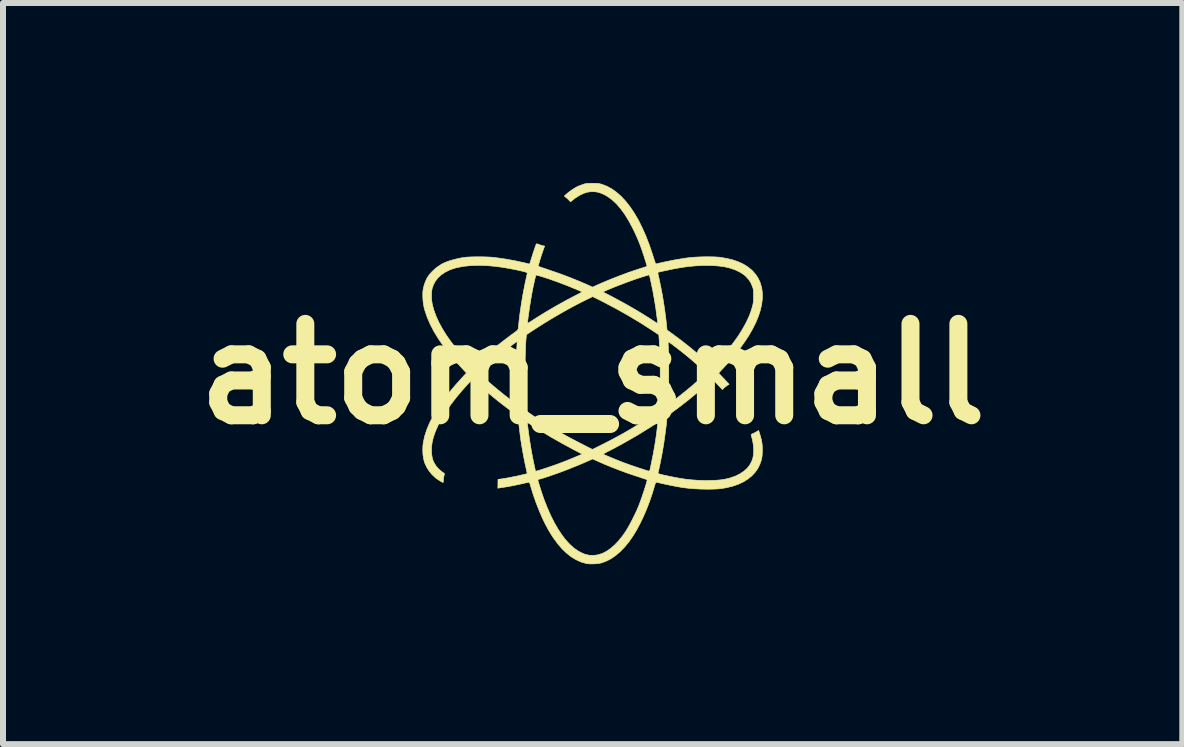
<source format=kicad_pcb>
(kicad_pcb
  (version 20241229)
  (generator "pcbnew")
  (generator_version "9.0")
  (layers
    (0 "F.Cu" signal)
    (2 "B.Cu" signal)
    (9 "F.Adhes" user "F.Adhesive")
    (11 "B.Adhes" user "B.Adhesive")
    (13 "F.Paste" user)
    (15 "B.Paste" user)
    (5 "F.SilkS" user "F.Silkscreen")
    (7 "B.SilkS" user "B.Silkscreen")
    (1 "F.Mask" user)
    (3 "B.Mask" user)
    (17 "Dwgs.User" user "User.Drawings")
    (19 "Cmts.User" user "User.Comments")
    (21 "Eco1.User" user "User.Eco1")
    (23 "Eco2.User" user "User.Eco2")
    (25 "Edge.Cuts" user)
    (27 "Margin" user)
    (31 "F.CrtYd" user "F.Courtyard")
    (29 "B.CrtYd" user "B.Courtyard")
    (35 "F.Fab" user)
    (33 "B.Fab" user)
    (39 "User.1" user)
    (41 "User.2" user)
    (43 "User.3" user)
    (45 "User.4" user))
  (footprint "atom_small"
    (layer "F.Cu")
    (at 6.829 3.183)
    (property "Reference" "atom_small" (at 0 0 0) (layer "F.SilkS") (effects (font (size 1.524 1.524) (thickness 0.3))))
    (attr through_hole)
    (fp_poly (pts (xy 0.038 0.317) (xy 0.06 0.331) (xy 0.076 0.351) (xy 0.079 0.361) (xy 0.079 0.386) (xy 0.069 0.41) (xy 0.053 0.43) (xy 0.045 0.435) (xy 0.019 0.443) (xy -0.005 0.441) (xy -0.023 0.432) (xy -0.043 0.414) (xy -0.052 0.392) (xy -0.053 0.368) (xy -0.045 0.345) (xy -0.03 0.327) (xy -0.008 0.314) (xy 0.013 0.311) (xy 0.038 0.317)) (stroke (width 0.01) (type solid)) (fill yes) (layer "F.Mask"))
    (fp_poly (pts (xy 0.028 -0.442) (xy 0.042 -0.436) (xy 0.062 -0.42) (xy 0.076 -0.397) (xy 0.081 -0.372) (xy 0.079 -0.362) (xy 0.068 -0.339) (xy 0.048 -0.321) (xy 0.023 -0.31) (xy -0.003 -0.309) (xy -0.004 -0.309) (xy -0.017 -0.315) (xy -0.032 -0.327) (xy -0.035 -0.331) (xy -0.05 -0.354) (xy -0.054 -0.38) (xy -0.048 -0.404) (xy -0.032 -0.425) (xy -0.008 -0.438) (xy -0.006 -0.439) (xy 0.013 -0.443) (xy 0.028 -0.442)) (stroke (width 0.01) (type solid)) (fill yes) (layer "F.Mask"))
    (fp_poly (pts (xy 2.536 0.271) (xy 2.593 0.284) (xy 2.647 0.309) (xy 2.697 0.346) (xy 2.716 0.364) (xy 2.755 0.411) (xy 2.782 0.462) (xy 2.797 0.517) (xy 2.802 0.578) (xy 2.802 0.578) (xy 2.796 0.637) (xy 2.778 0.694) (xy 2.75 0.746) (xy 2.713 0.792) (xy 2.668 0.83) (xy 2.617 0.859) (xy 2.606 0.864) (xy 2.57 0.873) (xy 2.528 0.879) (xy 2.483 0.881) (xy 2.442 0.878) (xy 2.414 0.873) (xy 2.356 0.85) (xy 2.304 0.817) (xy 2.261 0.775) (xy 2.225 0.724) (xy 2.205 0.678) (xy 2.19 0.621) (xy 2.187 0.563) (xy 2.195 0.506) (xy 2.214 0.451) (xy 2.242 0.401) (xy 2.28 0.356) (xy 2.327 0.319) (xy 2.358 0.302) (xy 2.417 0.279) (xy 2.476 0.269) (xy 2.536 0.271)) (stroke (width 0.01) (type solid)) (fill yes) (layer "F.Mask"))
    (fp_poly (pts (xy -0.693 -2.888) (xy -0.636 -2.877) (xy -0.583 -2.856) (xy -0.534 -2.825) (xy -0.492 -2.786) (xy -0.458 -2.739) (xy -0.432 -2.686) (xy -0.422 -2.649) (xy -0.414 -2.589) (xy -0.419 -2.531) (xy -0.434 -2.474) (xy -0.459 -2.422) (xy -0.494 -2.376) (xy -0.536 -2.336) (xy -0.586 -2.306) (xy -0.617 -2.293) (xy -0.66 -2.282) (xy -0.707 -2.276) (xy -0.754 -2.277) (xy -0.795 -2.283) (xy -0.795 -2.283) (xy -0.846 -2.3) (xy -0.892 -2.327) (xy -0.935 -2.363) (xy -0.94 -2.368) (xy -0.978 -2.412) (xy -1.004 -2.457) (xy -1.02 -2.506) (xy -1.028 -2.562) (xy -1.029 -2.586) (xy -1.024 -2.644) (xy -1.009 -2.696) (xy -0.982 -2.745) (xy -0.944 -2.792) (xy -0.903 -2.83) (xy -0.858 -2.857) (xy -0.811 -2.876) (xy -0.751 -2.888) (xy -0.693 -2.888)) (stroke (width 0.01) (type solid)) (fill yes) (layer "F.Mask"))
    (fp_poly (pts (xy -1.955 1.486) (xy -1.952 1.486) (xy -1.893 1.507) (xy -1.839 1.538) (xy -1.792 1.579) (xy -1.752 1.627) (xy -1.722 1.682) (xy -1.705 1.735) (xy -1.696 1.799) (xy -1.699 1.862) (xy -1.715 1.921) (xy -1.743 1.978) (xy -1.782 2.03) (xy -1.795 2.043) (xy -1.839 2.082) (xy -1.885 2.11) (xy -1.937 2.13) (xy -1.966 2.137) (xy -2.007 2.144) (xy -2.042 2.145) (xy -2.078 2.141) (xy -2.099 2.137) (xy -2.161 2.117) (xy -2.218 2.086) (xy -2.266 2.046) (xy -2.306 1.996) (xy -2.337 1.939) (xy -2.352 1.899) (xy -2.361 1.85) (xy -2.362 1.795) (xy -2.355 1.74) (xy -2.34 1.688) (xy -2.326 1.655) (xy -2.309 1.629) (xy -2.285 1.6) (xy -2.257 1.571) (xy -2.228 1.545) (xy -2.201 1.524) (xy -2.188 1.516) (xy -2.132 1.494) (xy -2.072 1.481) (xy -2.012 1.478) (xy -1.955 1.486)) (stroke (width 0.01) (type solid)) (fill yes) (layer "F.Mask"))
    (fp_poly (pts (xy 0.017 -0.884) (xy 0.041 -0.881) (xy 0.065 -0.873) (xy 0.071 -0.871) (xy 0.083 -0.863) (xy 0.102 -0.847) (xy 0.129 -0.822) (xy 0.164 -0.789) (xy 0.208 -0.746) (xy 0.26 -0.695) (xy 0.321 -0.635) (xy 0.362 -0.594) (xy 0.625 -0.33) (xy 0.349 -0.054) (xy 0.293 0.003) (xy 0.244 0.051) (xy 0.203 0.092) (xy 0.168 0.126) (xy 0.14 0.153) (xy 0.118 0.175) (xy 0.1 0.191) (xy 0.086 0.203) (xy 0.076 0.211) (xy 0.068 0.215) (xy 0.063 0.217) (xy 0.059 0.218) (xy 0.057 0.217) (xy 0.023 0.213) (xy -0.015 0.216) (xy -0.051 0.226) (xy -0.061 0.231) (xy -0.097 0.255) (xy -0.125 0.288) (xy -0.143 0.326) (xy -0.151 0.367) (xy -0.148 0.409) (xy -0.134 0.45) (xy -0.116 0.476) (xy -0.09 0.502) (xy -0.061 0.522) (xy -0.035 0.533) (xy 0.009 0.54) (xy 0.052 0.535) (xy 0.09 0.521) (xy 0.123 0.497) (xy 0.15 0.466) (xy 0.167 0.428) (xy 0.174 0.385) (xy 0.174 0.381) (xy 0.174 0.357) (xy 0.172 0.337) (xy 0.17 0.327) (xy 0.17 0.323) (xy 0.173 0.317) (xy 0.18 0.308) (xy 0.19 0.295) (xy 0.205 0.278) (xy 0.226 0.257) (xy 0.252 0.229) (xy 0.285 0.196) (xy 0.325 0.155) (xy 0.372 0.107) (xy 0.428 0.051) (xy 0.441 0.038) (xy 0.717 -0.238) (xy 0.791 -0.165) (xy 0.826 -0.129) (xy 0.853 -0.1) (xy 0.872 -0.076) (xy 0.885 -0.055) (xy 0.893 -0.036) (xy 0.897 -0.016) (xy 0.897 -0.001) (xy 0.895 0.028) (xy 0.888 0.053) (xy 0.886 0.057) (xy 0.88 0.065) (xy 0.865 0.082) (xy 0.843 0.105) (xy 0.815 0.135) (xy 0.78 0.171) (xy 0.741 0.212) (xy 0.697 0.256) (xy 0.65 0.304) (xy 0.6 0.355) (xy 0.548 0.407) (xy 0.495 0.46) (xy 0.442 0.513) (xy 0.39 0.565) (xy 0.339 0.616) (xy 0.29 0.664) (xy 0.245 0.709) (xy 0.203 0.75) (xy 0.165 0.787) (xy 0.133 0.818) (xy 0.108 0.842) (xy 0.089 0.859) (xy 0.078 0.868) (xy 0.076 0.87) (xy 0.044 0.881) (xy 0.01 0.886) (xy -0.017 0.883) (xy -0.036 0.876) (xy -0.056 0.866) (xy -0.058 0.865) (xy -0.066 0.858) (xy -0.083 0.843) (xy -0.106 0.821) (xy -0.136 0.792) (xy -0.172 0.757) (xy -0.212 0.718) (xy -0.255 0.675) (xy -0.302 0.629) (xy -0.34 0.591) (xy -0.6 0.33) (xy -0.048 -0.222) (xy -0.018 -0.215) (xy 0.023 -0.211) (xy 0.063 -0.22) (xy 0.101 -0.238) (xy 0.134 -0.267) (xy 0.155 -0.295) (xy 0.166 -0.313) (xy 0.171 -0.329) (xy 0.174 -0.348) (xy 0.174 -0.374) (xy 0.171 -0.415) (xy 0.161 -0.448) (xy 0.142 -0.477) (xy 0.126 -0.493) (xy 0.09 -0.52) (xy 0.051 -0.535) (xy 0.01 -0.539) (xy -0.031 -0.533) (xy -0.069 -0.517) (xy -0.103 -0.492) (xy -0.13 -0.457) (xy -0.135 -0.448) (xy -0.144 -0.423) (xy -0.148 -0.391) (xy -0.149 -0.359) (xy -0.145 -0.33) (xy -0.145 -0.33) (xy -0.144 -0.326) (xy -0.146 -0.321) (xy -0.149 -0.314) (xy -0.156 -0.305) (xy -0.166 -0.293) (xy -0.181 -0.276) (xy -0.201 -0.256) (xy -0.226 -0.23) (xy -0.257 -0.198) (xy -0.295 -0.159) (xy -0.341 -0.113) (xy -0.395 -0.059) (xy -0.416 -0.038) (xy -0.692 0.238) (xy -0.768 0.162) (xy -0.797 0.133) (xy -0.822 0.105) (xy -0.842 0.082) (xy -0.855 0.064) (xy -0.858 0.058) (xy -0.87 0.021) (xy -0.87 -0.018) (xy -0.859 -0.056) (xy -0.858 -0.058) (xy -0.852 -0.067) (xy -0.839 -0.083) (xy -0.819 -0.105) (xy -0.792 -0.134) (xy -0.757 -0.17) (xy -0.714 -0.214) (xy -0.664 -0.265) (xy -0.605 -0.325) (xy -0.537 -0.393) (xy -0.461 -0.469) (xy -0.453 -0.477) (xy -0.383 -0.547) (xy -0.321 -0.608) (xy -0.268 -0.661) (xy -0.221 -0.707) (xy -0.181 -0.747) (xy -0.147 -0.78) (xy -0.118 -0.807) (xy -0.094 -0.829) (xy -0.074 -0.847) (xy -0.057 -0.86) (xy -0.043 -0.87) (xy -0.031 -0.877) (xy -0.021 -0.881) (xy -0.011 -0.883) (xy -0.002 -0.884) (xy 0.007 -0.884) (xy 0.017 -0.884)) (stroke (width 0.01) (type solid)) (fill yes) (layer "F.Mask"))
    (fp_poly (pts (xy 0.037 -3.177) (xy 0.067 -3.177) (xy 0.09 -3.175) (xy 0.11 -3.172) (xy 0.13 -3.167) (xy 0.153 -3.161) (xy 0.155 -3.16) (xy 0.239 -3.128) (xy 0.321 -3.083) (xy 0.4 -3.026) (xy 0.477 -2.958) (xy 0.552 -2.877) (xy 0.624 -2.785) (xy 0.694 -2.681) (xy 0.761 -2.566) (xy 0.824 -2.44) (xy 0.885 -2.303) (xy 0.942 -2.156) (xy 0.996 -1.998) (xy 1.015 -1.937) (xy 1.026 -1.903) (xy 1.036 -1.873) (xy 1.044 -1.851) (xy 1.05 -1.837) (xy 1.052 -1.833) (xy 1.06 -1.835) (xy 1.078 -1.839) (xy 1.104 -1.845) (xy 1.136 -1.852) (xy 1.169 -1.86) (xy 1.354 -1.898) (xy 1.533 -1.928) (xy 1.608 -1.938) (xy 1.658 -1.943) (xy 1.716 -1.947) (xy 1.779 -1.95) (xy 1.844 -1.952) (xy 1.909 -1.953) (xy 1.971 -1.952) (xy 2.028 -1.951) (xy 2.078 -1.948) (xy 2.118 -1.945) (xy 2.121 -1.944) (xy 2.233 -1.926) (xy 2.335 -1.901) (xy 2.427 -1.869) (xy 2.509 -1.832) (xy 2.582 -1.787) (xy 2.646 -1.736) (xy 2.665 -1.718) (xy 2.72 -1.655) (xy 2.764 -1.586) (xy 2.796 -1.512) (xy 2.818 -1.432) (xy 2.829 -1.348) (xy 2.829 -1.259) (xy 2.818 -1.166) (xy 2.797 -1.069) (xy 2.765 -0.968) (xy 2.722 -0.863) (xy 2.669 -0.755) (xy 2.605 -0.644) (xy 2.531 -0.531) (xy 2.447 -0.414) (xy 2.353 -0.296) (xy 2.249 -0.175) (xy 2.176 -0.096) (xy 2.151 -0.07) (xy 2.13 -0.047) (xy 2.114 -0.029) (xy 2.104 -0.017) (xy 2.102 -0.013) (xy 2.106 -0.007) (xy 2.117 0.005) (xy 2.125 0.013) (xy 2.137 0.026) (xy 2.156 0.045) (xy 2.179 0.07) (xy 2.204 0.096) (xy 2.211 0.104) (xy 2.274 0.172) (xy 2.237 0.196) (xy 2.215 0.212) (xy 2.194 0.229) (xy 2.181 0.241) (xy 2.163 0.261) (xy 2.079 0.173) (xy 1.996 0.086) (xy 1.923 0.153) (xy 1.763 0.295) (xy 1.592 0.437) (xy 1.408 0.579) (xy 1.397 0.587) (xy 1.352 0.619) (xy 1.317 0.646) (xy 1.29 0.666) (xy 1.27 0.681) (xy 1.256 0.693) (xy 1.246 0.702) (xy 1.241 0.708) (xy 1.239 0.713) (xy 1.238 0.718) (xy 1.238 0.723) (xy 1.238 0.726) (xy 1.237 0.749) (xy 1.234 0.783) (xy 1.23 0.826) (xy 1.224 0.876) (xy 1.217 0.933) (xy 1.209 0.993) (xy 1.2 1.055) (xy 1.191 1.119) (xy 1.182 1.181) (xy 1.172 1.24) (xy 1.163 1.295) (xy 1.158 1.321) (xy 1.151 1.36) (xy 1.142 1.404) (xy 1.133 1.451) (xy 1.124 1.497) (xy 1.114 1.541) (xy 1.106 1.581) (xy 1.098 1.614) (xy 1.092 1.639) (xy 1.089 1.652) (xy 1.089 1.657) (xy 1.095 1.661) (xy 1.108 1.666) (xy 1.129 1.672) (xy 1.161 1.68) (xy 1.167 1.682) (xy 1.301 1.711) (xy 1.426 1.735) (xy 1.544 1.754) (xy 1.657 1.766) (xy 1.768 1.774) (xy 1.878 1.777) (xy 1.951 1.776) (xy 2.025 1.774) (xy 2.089 1.77) (xy 2.145 1.764) (xy 2.198 1.756) (xy 2.249 1.745) (xy 2.299 1.731) (xy 2.382 1.702) (xy 2.456 1.665) (xy 2.52 1.622) (xy 2.575 1.573) (xy 2.619 1.517) (xy 2.652 1.456) (xy 2.67 1.403) (xy 2.681 1.344) (xy 2.685 1.276) (xy 2.681 1.203) (xy 2.669 1.126) (xy 2.657 1.076) (xy 2.651 1.05) (xy 2.645 1.028) (xy 2.642 1.015) (xy 2.642 1.011) (xy 2.647 1.006) (xy 2.661 0.999) (xy 2.67 0.995) (xy 2.691 0.985) (xy 2.716 0.972) (xy 2.732 0.963) (xy 2.767 0.942) (xy 2.787 1.006) (xy 2.803 1.062) (xy 2.815 1.11) (xy 2.822 1.155) (xy 2.827 1.201) (xy 2.828 1.252) (xy 2.828 1.273) (xy 2.827 1.324) (xy 2.824 1.366) (xy 2.819 1.404) (xy 2.81 1.441) (xy 2.796 1.48) (xy 2.788 1.503) (xy 2.754 1.574) (xy 2.709 1.639) (xy 2.653 1.699) (xy 2.587 1.752) (xy 2.513 1.799) (xy 2.429 1.838) (xy 2.338 1.87) (xy 2.248 1.892) (xy 2.204 1.901) (xy 2.166 1.907) (xy 2.129 1.912) (xy 2.092 1.916) (xy 2.051 1.918) (xy 2.006 1.92) (xy 1.952 1.921) (xy 1.895 1.921) (xy 1.793 1.919) (xy 1.696 1.914) (xy 1.6 1.906) (xy 1.502 1.894) (xy 1.401 1.877) (xy 1.293 1.856) (xy 1.191 1.834) (xy 1.153 1.826) (xy 1.12 1.818) (xy 1.092 1.812) (xy 1.072 1.807) (xy 1.063 1.805) (xy 1.057 1.805) (xy 1.051 1.81) (xy 1.046 1.822) (xy 1.039 1.843) (xy 1.035 1.855) (xy 0.994 1.991) (xy 0.949 2.125) (xy 0.899 2.254) (xy 0.846 2.378) (xy 0.79 2.494) (xy 0.732 2.603) (xy 0.672 2.701) (xy 0.612 2.788) (xy 0.612 2.789) (xy 0.538 2.88) (xy 0.462 2.959) (xy 0.384 3.026) (xy 0.304 3.081) (xy 0.221 3.123) (xy 0.146 3.15) (xy 0.112 3.157) (xy 0.069 3.163) (xy 0.023 3.166) (xy -0.024 3.167) (xy -0.067 3.165) (xy -0.103 3.161) (xy -0.111 3.159) (xy -0.196 3.134) (xy -0.277 3.097) (xy -0.356 3.049) (xy -0.433 2.989) (xy -0.508 2.917) (xy -0.581 2.833) (xy -0.652 2.736) (xy -0.671 2.708) (xy -0.729 2.615) (xy -0.786 2.51) (xy -0.841 2.397) (xy -0.893 2.275) (xy -0.943 2.148) (xy -0.989 2.017) (xy -1.029 1.886) (xy -1.037 1.857) (xy -1.045 1.833) (xy -1.051 1.815) (xy -1.055 1.807) (xy -1.062 1.807) (xy -1.08 1.809) (xy -1.105 1.814) (xy -1.136 1.82) (xy -1.154 1.825) (xy -1.245 1.845) (xy -1.336 1.864) (xy -1.424 1.88) (xy -1.48 1.889) (xy -1.509 1.893) (xy -1.536 1.897) (xy -1.555 1.9) (xy -1.563 1.902) (xy -1.58 1.904) (xy -1.579 1.832) (xy -1.578 1.765) (xy -0.914 1.765) (xy -0.912 1.774) (xy -0.907 1.793) (xy -0.899 1.821) (xy -0.889 1.854) (xy -0.877 1.892) (xy -0.865 1.932) (xy -0.852 1.972) (xy -0.839 2.011) (xy -0.827 2.045) (xy -0.817 2.074) (xy -0.813 2.086) (xy -0.758 2.226) (xy -0.701 2.356) (xy -0.641 2.476) (xy -0.579 2.584) (xy -0.515 2.681) (xy -0.45 2.766) (xy -0.382 2.84) (xy -0.313 2.902) (xy -0.243 2.951) (xy -0.172 2.989) (xy -0.133 3.004) (xy -0.065 3.021) (xy 0.003 3.025) (xy 0.072 3.018) (xy 0.098 3.012) (xy 0.166 2.99) (xy 0.233 2.955) (xy 0.301 2.908) (xy 0.368 2.849) (xy 0.434 2.78) (xy 0.499 2.699) (xy 0.554 2.619) (xy 0.58 2.577) (xy 0.61 2.524) (xy 0.641 2.466) (xy 0.673 2.403) (xy 0.705 2.339) (xy 0.734 2.277) (xy 0.759 2.218) (xy 0.773 2.184) (xy 0.788 2.144) (xy 0.804 2.1) (xy 0.821 2.053) (xy 0.837 2.004) (xy 0.853 1.957) (xy 0.868 1.911) (xy 0.881 1.869) (xy 0.892 1.832) (xy 0.901 1.801) (xy 0.906 1.779) (xy 0.908 1.766) (xy 0.908 1.764) (xy 0.901 1.761) (xy 0.884 1.755) (xy 0.858 1.746) (xy 0.824 1.735) (xy 0.783 1.721) (xy 0.738 1.706) (xy 0.708 1.697) (xy 0.582 1.654) (xy 0.454 1.607) (xy 0.327 1.558) (xy 0.205 1.508) (xy 0.099 1.462) (xy -0.001 1.417) (xy -0.094 1.458) (xy -0.165 1.489) (xy -0.241 1.521) (xy -0.321 1.553) (xy -0.402 1.586) (xy -0.483 1.617) (xy -0.563 1.647) (xy -0.64 1.674) (xy -0.711 1.699) (xy -0.777 1.721) (xy -0.834 1.739) (xy -0.882 1.752) (xy -0.886 1.753) (xy -0.903 1.758) (xy -0.913 1.763) (xy -0.914 1.765) (xy -1.578 1.765) (xy -1.578 1.759) (xy -1.559 1.756) (xy -1.543 1.753) (xy -1.519 1.75) (xy -1.495 1.746) (xy -1.444 1.738) (xy -1.384 1.727) (xy -1.32 1.714) (xy -1.256 1.701) (xy -1.195 1.687) (xy -1.185 1.685) (xy -1.091 1.662) (xy -1.094 1.646) (xy -1.097 1.634) (xy -1.101 1.613) (xy -1.108 1.583) (xy -1.115 1.548) (xy -1.124 1.51) (xy -1.124 1.51) (xy -1.145 1.405) (xy -1.166 1.293) (xy -1.186 1.177) (xy -1.2 1.086) (xy -1.203 1.061) (xy -1.208 1.028) (xy -1.212 0.989) (xy -1.218 0.946) (xy -1.223 0.902) (xy -1.228 0.858) (xy -1.233 0.816) (xy -1.234 0.806) (xy -1.09 0.806) (xy -1.082 0.878) (xy -1.064 1.013) (xy -1.044 1.149) (xy -1.022 1.282) (xy -0.998 1.41) (xy -0.975 1.52) (xy -0.967 1.554) (xy -0.961 1.583) (xy -0.956 1.606) (xy -0.953 1.619) (xy -0.953 1.622) (xy -0.947 1.622) (xy -0.93 1.617) (xy -0.903 1.61) (xy -0.868 1.599) (xy -0.825 1.585) (xy -0.775 1.569) (xy -0.743 1.558) (xy -0.593 1.506) (xy -0.44 1.448) (xy -0.295 1.388) (xy -0.179 1.339) (xy 0.177 1.339) (xy 0.178 1.34) (xy 0.189 1.345) (xy 0.21 1.354) (xy 0.239 1.366) (xy 0.274 1.381) (xy 0.313 1.397) (xy 0.354 1.414) (xy 0.396 1.431) (xy 0.437 1.448) (xy 0.474 1.462) (xy 0.506 1.475) (xy 0.512 1.477) (xy 0.547 1.49) (xy 0.586 1.504) (xy 0.63 1.52) (xy 0.677 1.536) (xy 0.724 1.552) (xy 0.771 1.568) (xy 0.815 1.582) (xy 0.855 1.595) (xy 0.889 1.606) (xy 0.915 1.614) (xy 0.932 1.618) (xy 0.937 1.619) (xy 0.946 1.617) (xy 0.952 1.608) (xy 0.957 1.589) (xy 0.957 1.589) (xy 0.978 1.492) (xy 0.995 1.405) (xy 1.011 1.326) (xy 1.024 1.253) (xy 1.036 1.184) (xy 1.047 1.117) (xy 1.057 1.049) (xy 1.066 0.979) (xy 1.07 0.949) (xy 1.075 0.91) (xy 1.079 0.875) (xy 1.082 0.847) (xy 1.085 0.826) (xy 1.086 0.815) (xy 1.086 0.815) (xy 1.081 0.815) (xy 1.067 0.822) (xy 1.047 0.834) (xy 1.021 0.849) (xy 1.005 0.86) (xy 0.877 0.94) (xy 0.744 1.022) (xy 0.607 1.101) (xy 0.471 1.178) (xy 0.339 1.249) (xy 0.248 1.295) (xy 0.214 1.313) (xy 0.192 1.326) (xy 0.18 1.334) (xy 0.177 1.339) (xy -0.179 1.339) (xy -0.173 1.337) (xy -0.301 1.27) (xy -0.505 1.16) (xy -0.701 1.049) (xy -0.894 0.932) (xy -1.074 0.817) (xy -1.09 0.806) (xy -1.234 0.806) (xy -1.238 0.778) (xy -1.241 0.746) (xy -1.243 0.722) (xy -1.245 0.709) (xy -1.245 0.707) (xy -1.25 0.701) (xy -1.263 0.69) (xy -1.284 0.673) (xy -1.31 0.653) (xy -1.335 0.635) (xy -1.452 0.548) (xy -1.57 0.457) (xy -1.685 0.363) (xy -1.794 0.271) (xy -1.863 0.21) (xy -1.892 0.184) (xy -1.92 0.158) (xy -1.945 0.136) (xy -1.965 0.119) (xy -1.973 0.111) (xy -2.002 0.086) (xy -2.059 0.146) (xy -2.173 0.272) (xy -2.276 0.395) (xy -2.368 0.515) (xy -2.449 0.632) (xy -2.518 0.744) (xy -2.575 0.853) (xy -2.621 0.958) (xy -2.656 1.059) (xy -2.674 1.133) (xy -2.684 1.2) (xy -2.687 1.267) (xy -2.684 1.333) (xy -2.675 1.394) (xy -2.659 1.448) (xy -2.647 1.474) (xy -2.61 1.535) (xy -2.563 1.589) (xy -2.509 1.633) (xy -2.504 1.637) (xy -2.486 1.649) (xy -2.474 1.659) (xy -2.47 1.664) (xy -2.472 1.673) (xy -2.476 1.69) (xy -2.48 1.706) (xy -2.485 1.733) (xy -2.489 1.763) (xy -2.489 1.776) (xy -2.49 1.795) (xy -2.492 1.807) (xy -2.494 1.81) (xy -2.504 1.806) (xy -2.521 1.797) (xy -2.544 1.783) (xy -2.569 1.767) (xy -2.594 1.75) (xy -2.617 1.734) (xy -2.627 1.725) (xy -2.678 1.677) (xy -2.725 1.62) (xy -2.765 1.557) (xy -2.796 1.491) (xy -2.804 1.47) (xy -2.819 1.41) (xy -2.829 1.342) (xy -2.832 1.27) (xy -2.83 1.197) (xy -2.822 1.136) (xy -2.798 1.03) (xy -2.762 0.921) (xy -2.714 0.808) (xy -2.654 0.692) (xy -2.582 0.572) (xy -2.497 0.448) (xy -2.401 0.321) (xy -2.292 0.191) (xy -2.181 0.067) (xy -2.105 -0.015) (xy -1.898 -0.015) (xy -1.817 0.059) (xy -1.759 0.111) (xy -1.706 0.158) (xy -1.653 0.203) (xy -1.598 0.249) (xy -1.536 0.299) (xy -1.53 0.304) (xy -1.494 0.334) (xy -1.455 0.364) (xy -1.417 0.394) (xy -1.38 0.422) (xy -1.346 0.448) (xy -1.316 0.471) (xy -1.291 0.489) (xy -1.273 0.502) (xy -1.263 0.508) (xy -1.261 0.508) (xy -1.258 0.503) (xy -1.259 0.494) (xy -1.26 0.484) (xy -1.262 0.463) (xy -1.264 0.433) (xy -1.266 0.395) (xy -1.268 0.351) (xy -1.27 0.303) (xy -1.27 0.279) (xy -1.273 0.205) (xy -1.274 0.124) (xy -1.275 0.037) (xy -1.275 0.012) (xy -1.127 0.012) (xy -1.127 0.096) (xy -1.127 0.179) (xy -1.125 0.258) (xy -1.124 0.333) (xy -1.122 0.402) (xy -1.119 0.464) (xy -1.116 0.518) (xy -1.113 0.562) (xy -1.109 0.595) (xy -1.107 0.606) (xy -1.105 0.612) (xy -1.099 0.62) (xy -1.089 0.629) (xy -1.073 0.642) (xy -1.05 0.658) (xy -1.019 0.679) (xy -0.979 0.706) (xy -0.966 0.714) (xy -0.839 0.796) (xy -0.705 0.879) (xy -0.569 0.959) (xy -0.464 1.019) (xy -0.437 1.034) (xy -0.404 1.052) (xy -0.366 1.072) (xy -0.323 1.095) (xy -0.279 1.118) (xy -0.233 1.142) (xy -0.188 1.165) (xy -0.144 1.187) (xy -0.104 1.208) (xy -0.069 1.226) (xy -0.04 1.24) (xy -0.018 1.251) (xy -0.006 1.257) (xy -0.003 1.257) (xy 0.003 1.255) (xy 0.02 1.247) (xy 0.044 1.235) (xy 0.076 1.219) (xy 0.114 1.2) (xy 0.155 1.179) (xy 0.17 1.172) (xy 0.337 1.086) (xy 0.495 1) (xy 0.649 0.911) (xy 0.801 0.818) (xy 0.957 0.718) (xy 0.96 0.716) (xy 1.103 0.622) (xy 1.107 0.573) (xy 1.113 0.494) (xy 1.113 0.487) (xy 1.258 0.487) (xy 1.258 0.502) (xy 1.26 0.508) (xy 1.26 0.508) (xy 1.266 0.504) (xy 1.281 0.494) (xy 1.302 0.479) (xy 1.327 0.461) (xy 1.342 0.45) (xy 1.419 0.391) (xy 1.498 0.328) (xy 1.577 0.264) (xy 1.654 0.2) (xy 1.727 0.137) (xy 1.793 0.079) (xy 1.838 0.037) (xy 1.894 -0.016) (xy 1.803 -0.099) (xy 1.72 -0.173) (xy 1.642 -0.241) (xy 1.565 -0.305) (xy 1.487 -0.368) (xy 1.403 -0.433) (xy 1.356 -0.468) (xy 1.327 -0.491) (xy 1.3 -0.51) (xy 1.279 -0.525) (xy 1.265 -0.534) (xy 1.259 -0.537) (xy 1.259 -0.537) (xy 1.259 -0.53) (xy 1.259 -0.513) (xy 1.259 -0.486) (xy 1.261 -0.451) (xy 1.262 -0.411) (xy 1.264 -0.376) (xy 1.265 -0.339) (xy 1.266 -0.293) (xy 1.267 -0.239) (xy 1.268 -0.179) (xy 1.268 -0.114) (xy 1.268 -0.045) (xy 1.268 0.025) (xy 1.268 0.096) (xy 1.267 0.165) (xy 1.267 0.231) (xy 1.266 0.292) (xy 1.264 0.348) (xy 1.263 0.395) (xy 1.262 0.434) (xy 1.26 0.461) (xy 1.26 0.465) (xy 1.258 0.487) (xy 1.113 0.487) (xy 1.118 0.414) (xy 1.121 0.33) (xy 1.124 0.24) (xy 1.125 0.142) (xy 1.126 0.034) (xy 1.126 -0.006) (xy 1.126 -0.091) (xy 1.125 -0.166) (xy 1.124 -0.234) (xy 1.122 -0.298) (xy 1.12 -0.361) (xy 1.117 -0.425) (xy 1.113 -0.493) (xy 1.109 -0.569) (xy 1.107 -0.592) (xy 1.103 -0.653) (xy 0.979 -0.735) (xy 0.787 -0.858) (xy 0.596 -0.972) (xy 0.403 -1.081) (xy 0.203 -1.187) (xy 0.129 -1.225) (xy 0.001 -1.289) (xy -0.074 -1.253) (xy -0.184 -1.199) (xy -0.302 -1.138) (xy -0.425 -1.071) (xy -0.55 -1) (xy -0.677 -0.926) (xy -0.803 -0.849) (xy -0.925 -0.772) (xy -0.985 -0.733) (xy -1.103 -0.655) (xy -1.107 -0.621) (xy -1.111 -0.578) (xy -1.115 -0.524) (xy -1.118 -0.463) (xy -1.121 -0.394) (xy -1.123 -0.319) (xy -1.125 -0.24) (xy -1.126 -0.158) (xy -1.127 -0.073) (xy -1.127 0.012) (xy -1.275 0.012) (xy -1.275 -0.053) (xy -1.274 -0.142) (xy -1.272 -0.229) (xy -1.27 -0.311) (xy -1.267 -0.385) (xy -1.264 -0.444) (xy -1.262 -0.477) (xy -1.261 -0.505) (xy -1.26 -0.526) (xy -1.26 -0.537) (xy -1.261 -0.539) (xy -1.267 -0.536) (xy -1.282 -0.527) (xy -1.304 -0.511) (xy -1.333 -0.489) (xy -1.368 -0.463) (xy -1.407 -0.433) (xy -1.449 -0.4) (xy -1.493 -0.365) (xy -1.538 -0.328) (xy -1.583 -0.292) (xy -1.61 -0.27) (xy -1.658 -0.229) (xy -1.7 -0.194) (xy -1.737 -0.161) (xy -1.773 -0.13) (xy -1.81 -0.096) (xy -1.851 -0.058) (xy -1.852 -0.057) (xy -1.898 -0.015) (xy -2.105 -0.015) (xy -2.104 -0.016) (xy -2.167 -0.083) (xy -2.285 -0.212) (xy -2.393 -0.34) (xy -2.489 -0.466) (xy -2.573 -0.589) (xy -2.647 -0.71) (xy -2.708 -0.828) (xy -2.758 -0.943) (xy -2.796 -1.055) (xy -2.811 -1.111) (xy -2.82 -1.159) (xy -2.827 -1.214) (xy -2.831 -1.271) (xy -2.832 -1.322) (xy -2.687 -1.322) (xy -2.686 -1.266) (xy -2.681 -1.21) (xy -2.674 -1.164) (xy -2.649 -1.069) (xy -2.613 -0.97) (xy -2.567 -0.867) (xy -2.509 -0.76) (xy -2.442 -0.651) (xy -2.364 -0.54) (xy -2.277 -0.426) (xy -2.213 -0.349) (xy -2.183 -0.315) (xy -2.152 -0.279) (xy -2.12 -0.244) (xy -2.09 -0.211) (xy -2.062 -0.182) (xy -2.038 -0.157) (xy -2.019 -0.137) (xy -2.006 -0.125) (xy -2 -0.121) (xy -1.993 -0.125) (xy -1.979 -0.136) (xy -1.96 -0.152) (xy -1.941 -0.17) (xy -1.86 -0.245) (xy -1.77 -0.323) (xy -1.674 -0.404) (xy -1.573 -0.485) (xy -1.471 -0.564) (xy -1.37 -0.641) (xy -1.334 -0.667) (xy -1.301 -0.691) (xy -1.277 -0.709) (xy -1.261 -0.723) (xy -1.25 -0.733) (xy -1.245 -0.742) (xy -1.242 -0.751) (xy -1.242 -0.751) (xy -1.24 -0.765) (xy -1.237 -0.788) (xy -1.234 -0.818) (xy -1.23 -0.85) (xy -1.086 -0.85) (xy -1.083 -0.847) (xy -1.075 -0.85) (xy -1.06 -0.857) (xy -1.037 -0.871) (xy -1.005 -0.891) (xy -0.995 -0.898) (xy -0.961 -0.92) (xy -0.919 -0.947) (xy -0.873 -0.975) (xy -0.827 -1.004) (xy -0.784 -1.03) (xy -0.781 -1.032) (xy -0.695 -1.083) (xy -0.605 -1.135) (xy -0.513 -1.186) (xy -0.425 -1.235) (xy -0.341 -1.279) (xy -0.287 -1.307) (xy -0.253 -1.324) (xy -0.224 -1.34) (xy -0.2 -1.352) (xy -0.184 -1.361) (xy -0.178 -1.366) (xy -0.178 -1.366) (xy -0.179 -1.367) (xy 0.17 -1.367) (xy 0.29 -1.305) (xy 0.431 -1.23) (xy 0.571 -1.153) (xy 0.708 -1.074) (xy 0.839 -0.995) (xy 0.962 -0.918) (xy 0.987 -0.901) (xy 1.018 -0.881) (xy 1.044 -0.864) (xy 1.065 -0.851) (xy 1.079 -0.843) (xy 1.084 -0.84) (xy 1.083 -0.847) (xy 1.082 -0.864) (xy 1.079 -0.89) (xy 1.075 -0.922) (xy 1.07 -0.96) (xy 1.069 -0.965) (xy 1.052 -1.096) (xy 1.032 -1.221) (xy 1.01 -1.345) (xy 1 -1.399) (xy 0.99 -1.445) (xy 0.981 -1.489) (xy 0.972 -1.532) (xy 0.963 -1.571) (xy 0.956 -1.604) (xy 0.95 -1.629) (xy 0.945 -1.645) (xy 0.943 -1.65) (xy 0.936 -1.649) (xy 0.919 -1.645) (xy 0.894 -1.638) (xy 0.862 -1.628) (xy 0.826 -1.617) (xy 0.788 -1.605) (xy 0.748 -1.592) (xy 0.71 -1.579) (xy 0.679 -1.568) (xy 0.596 -1.538) (xy 0.511 -1.506) (xy 0.427 -1.474) (xy 0.348 -1.443) (xy 0.274 -1.412) (xy 0.21 -1.385) (xy 0.198 -1.379) (xy 0.17 -1.367) (xy -0.179 -1.367) (xy -0.183 -1.37) (xy -0.199 -1.378) (xy -0.224 -1.389) (xy -0.256 -1.403) (xy -0.294 -1.419) (xy -0.337 -1.436) (xy -0.382 -1.455) (xy -0.428 -1.473) (xy -0.474 -1.491) (xy -0.519 -1.508) (xy -0.55 -1.52) (xy -0.601 -1.539) (xy -0.653 -1.557) (xy -0.705 -1.576) (xy -0.756 -1.593) (xy -0.803 -1.608) (xy -0.846 -1.622) (xy -0.883 -1.633) (xy -0.913 -1.641) (xy -0.934 -1.646) (xy -0.945 -1.648) (xy -0.946 -1.647) (xy -0.948 -1.639) (xy -0.953 -1.621) (xy -0.96 -1.595) (xy -0.968 -1.561) (xy -0.976 -1.523) (xy -0.985 -1.482) (xy -0.994 -1.44) (xy -1.003 -1.399) (xy -1.01 -1.36) (xy -1.012 -1.349) (xy -1.019 -1.311) (xy -1.027 -1.265) (xy -1.035 -1.215) (xy -1.044 -1.162) (xy -1.052 -1.108) (xy -1.06 -1.055) (xy -1.067 -1.004) (xy -1.074 -0.957) (xy -1.079 -0.916) (xy -1.083 -0.883) (xy -1.085 -0.859) (xy -1.086 -0.85) (xy -1.23 -0.85) (xy -1.23 -0.852) (xy -1.229 -0.867) (xy -1.212 -1.01) (xy -1.19 -1.158) (xy -1.166 -1.307) (xy -1.138 -1.453) (xy -1.117 -1.556) (xy -1.108 -1.593) (xy -1.101 -1.627) (xy -1.095 -1.654) (xy -1.091 -1.673) (xy -1.09 -1.682) (xy -1.09 -1.682) (xy -1.093 -1.687) (xy -1.106 -1.693) (xy -1.127 -1.701) (xy -1.159 -1.709) (xy -1.201 -1.719) (xy -1.254 -1.731) (xy -1.319 -1.744) (xy -1.327 -1.746) (xy -1.481 -1.774) (xy -1.628 -1.794) (xy -1.768 -1.806) (xy -1.901 -1.81) (xy -2.026 -1.806) (xy -2.142 -1.795) (xy -2.249 -1.775) (xy -2.302 -1.762) (xy -2.384 -1.733) (xy -2.457 -1.697) (xy -2.522 -1.654) (xy -2.576 -1.605) (xy -2.62 -1.549) (xy -2.654 -1.488) (xy -2.676 -1.422) (xy -2.677 -1.419) (xy -2.684 -1.375) (xy -2.687 -1.322) (xy -2.832 -1.322) (xy -2.832 -1.327) (xy -2.83 -1.377) (xy -2.826 -1.408) (xy -2.813 -1.465) (xy -2.794 -1.524) (xy -2.77 -1.58) (xy -2.754 -1.609) (xy -2.721 -1.657) (xy -2.678 -1.705) (xy -2.628 -1.752) (xy -2.573 -1.794) (xy -2.516 -1.831) (xy -2.492 -1.843) (xy -2.445 -1.864) (xy -2.387 -1.885) (xy -2.323 -1.904) (xy -2.254 -1.921) (xy -2.185 -1.935) (xy -2.127 -1.944) (xy -2.098 -1.947) (xy -2.058 -1.949) (xy -2.011 -1.951) (xy -1.958 -1.952) (xy -1.902 -1.952) (xy -1.846 -1.952) (xy -1.791 -1.951) (xy -1.741 -1.949) (xy -1.697 -1.947) (xy -1.664 -1.944) (xy -1.6 -1.936) (xy -1.528 -1.926) (xy -1.453 -1.915) (xy -1.38 -1.902) (xy -1.314 -1.89) (xy -1.292 -1.886) (xy -1.252 -1.877) (xy -1.21 -1.868) (xy -1.169 -1.859) (xy -1.132 -1.851) (xy -1.1 -1.843) (xy -1.075 -1.837) (xy -1.061 -1.832) (xy -1.06 -1.832) (xy -1.054 -1.833) (xy -1.048 -1.841) (xy -1.041 -1.858) (xy -1.035 -1.878) (xy -1.027 -1.906) (xy -1.016 -1.94) (xy -1.004 -1.978) (xy -0.992 -2.017) (xy -0.979 -2.055) (xy -0.967 -2.09) (xy -0.957 -2.121) (xy -0.948 -2.145) (xy -0.942 -2.161) (xy -0.94 -2.165) (xy -0.935 -2.169) (xy -0.926 -2.168) (xy -0.91 -2.164) (xy -0.893 -2.157) (xy -0.868 -2.148) (xy -0.843 -2.14) (xy -0.826 -2.136) (xy -0.801 -2.132) (xy -0.828 -2.055) (xy -0.839 -2.023) (xy -0.851 -1.988) (xy -0.863 -1.95) (xy -0.875 -1.913) (xy -0.885 -1.877) (xy -0.895 -1.845) (xy -0.902 -1.82) (xy -0.906 -1.802) (xy -0.907 -1.794) (xy -0.907 -1.794) (xy -0.901 -1.792) (xy -0.884 -1.786) (xy -0.858 -1.777) (xy -0.824 -1.765) (xy -0.783 -1.752) (xy -0.738 -1.736) (xy -0.705 -1.725) (xy -0.54 -1.668) (xy -0.376 -1.606) (xy -0.216 -1.541) (xy -0.104 -1.493) (xy -0.001 -1.447) (xy 0.093 -1.49) (xy 0.207 -1.539) (xy 0.328 -1.589) (xy 0.452 -1.637) (xy 0.576 -1.683) (xy 0.587 -1.687) (xy 1.086 -1.687) (xy 1.087 -1.679) (xy 1.091 -1.66) (xy 1.097 -1.634) (xy 1.104 -1.601) (xy 1.111 -1.569) (xy 1.136 -1.448) (xy 1.161 -1.319) (xy 1.183 -1.185) (xy 1.203 -1.051) (xy 1.22 -0.919) (xy 1.229 -0.838) (xy 1.24 -0.732) (xy 1.346 -0.655) (xy 1.478 -0.557) (xy 1.601 -0.46) (xy 1.718 -0.364) (xy 1.831 -0.266) (xy 1.889 -0.214) (xy 1.926 -0.18) (xy 1.955 -0.155) (xy 1.977 -0.138) (xy 1.992 -0.127) (xy 2.001 -0.122) (xy 2.004 -0.123) (xy 2.011 -0.13) (xy 2.025 -0.144) (xy 2.044 -0.165) (xy 2.066 -0.189) (xy 2.079 -0.203) (xy 2.177 -0.311) (xy 2.268 -0.419) (xy 2.351 -0.527) (xy 2.426 -0.632) (xy 2.491 -0.735) (xy 2.546 -0.833) (xy 2.551 -0.842) (xy 2.584 -0.91) (xy 2.612 -0.972) (xy 2.634 -1.031) (xy 2.653 -1.089) (xy 2.662 -1.123) (xy 2.67 -1.153) (xy 2.675 -1.178) (xy 2.679 -1.201) (xy 2.681 -1.226) (xy 2.682 -1.257) (xy 2.682 -1.297) (xy 2.682 -1.299) (xy 2.682 -1.338) (xy 2.681 -1.368) (xy 2.68 -1.39) (xy 2.677 -1.409) (xy 2.673 -1.427) (xy 2.667 -1.447) (xy 2.665 -1.451) (xy 2.637 -1.518) (xy 2.598 -1.578) (xy 2.549 -1.63) (xy 2.512 -1.661) (xy 2.445 -1.702) (xy 2.372 -1.736) (xy 2.291 -1.764) (xy 2.201 -1.785) (xy 2.102 -1.799) (xy 1.994 -1.807) (xy 1.875 -1.808) (xy 1.836 -1.808) (xy 1.721 -1.802) (xy 1.607 -1.792) (xy 1.491 -1.776) (xy 1.369 -1.755) (xy 1.24 -1.728) (xy 1.219 -1.724) (xy 1.184 -1.716) (xy 1.152 -1.709) (xy 1.126 -1.703) (xy 1.108 -1.699) (xy 1.103 -1.698) (xy 1.091 -1.693) (xy 1.086 -1.687) (xy 0.587 -1.687) (xy 0.696 -1.725) (xy 0.791 -1.756) (xy 0.826 -1.767) (xy 0.858 -1.777) (xy 0.883 -1.785) (xy 0.9 -1.791) (xy 0.906 -1.793) (xy 0.906 -1.793) (xy 0.905 -1.8) (xy 0.901 -1.817) (xy 0.893 -1.842) (xy 0.884 -1.874) (xy 0.872 -1.91) (xy 0.86 -1.95) (xy 0.847 -1.99) (xy 0.833 -2.03) (xy 0.823 -2.062) (xy 0.786 -2.163) (xy 0.747 -2.259) (xy 0.704 -2.355) (xy 0.659 -2.446) (xy 0.596 -2.562) (xy 0.532 -2.665) (xy 0.465 -2.756) (xy 0.397 -2.835) (xy 0.326 -2.901) (xy 0.254 -2.954) (xy 0.208 -2.981) (xy 0.165 -3.002) (xy 0.128 -3.017) (xy 0.092 -3.028) (xy 0.052 -3.035) (xy 0.045 -3.036) (xy -0.021 -3.038) (xy -0.087 -3.03) (xy -0.153 -3.009) (xy -0.22 -2.976) (xy -0.289 -2.932) (xy -0.326 -2.904) (xy -0.369 -2.869) (xy -0.396 -2.897) (xy -0.416 -2.917) (xy -0.437 -2.936) (xy -0.448 -2.945) (xy -0.473 -2.965) (xy -0.438 -2.997) (xy -0.411 -3.02) (xy -0.378 -3.045) (xy -0.342 -3.071) (xy -0.305 -3.094) (xy -0.272 -3.114) (xy -0.247 -3.126) (xy -0.224 -3.136) (xy -0.195 -3.147) (xy -0.165 -3.158) (xy -0.159 -3.16) (xy -0.137 -3.167) (xy -0.119 -3.171) (xy -0.101 -3.175) (xy -0.079 -3.176) (xy -0.052 -3.177) (xy -0.016 -3.178) (xy -0.003 -3.178) (xy 0.037 -3.177)) (stroke (width 0.01) (type solid)) (fill yes) (layer "F.SilkS")))
  (gr_rect
    (start -3 -3)
    (end 16.658 9.354)
    (stroke (width 0.1) (type default))
    (fill no)
    (layer "Edge.Cuts")))
</source>
